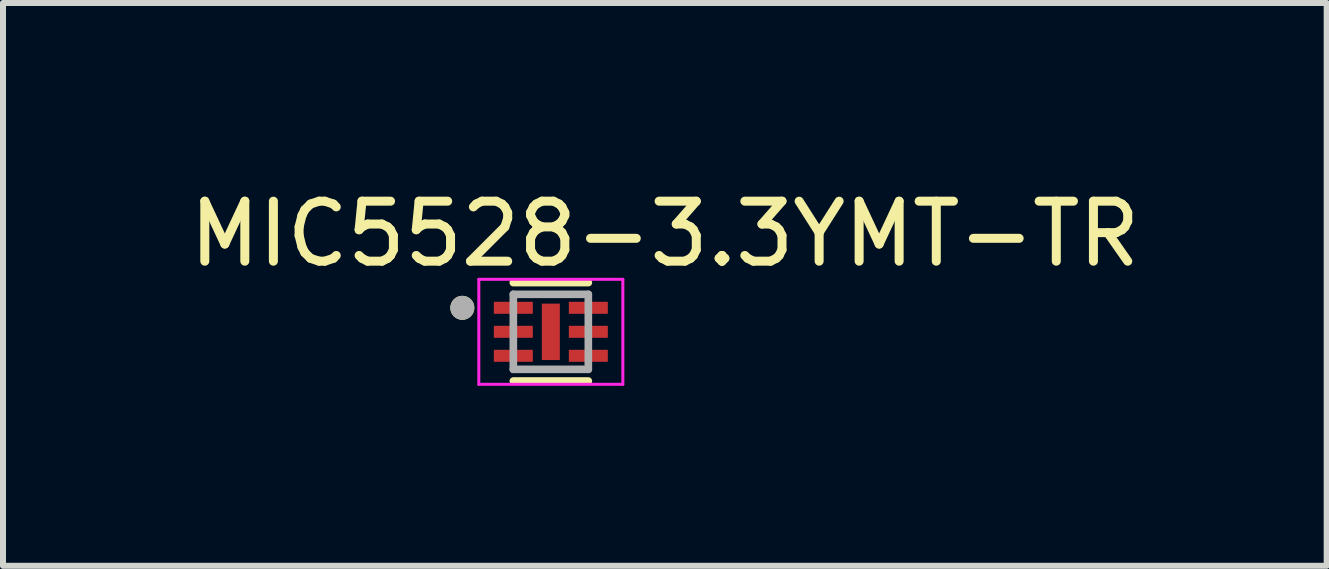
<source format=kicad_pcb>
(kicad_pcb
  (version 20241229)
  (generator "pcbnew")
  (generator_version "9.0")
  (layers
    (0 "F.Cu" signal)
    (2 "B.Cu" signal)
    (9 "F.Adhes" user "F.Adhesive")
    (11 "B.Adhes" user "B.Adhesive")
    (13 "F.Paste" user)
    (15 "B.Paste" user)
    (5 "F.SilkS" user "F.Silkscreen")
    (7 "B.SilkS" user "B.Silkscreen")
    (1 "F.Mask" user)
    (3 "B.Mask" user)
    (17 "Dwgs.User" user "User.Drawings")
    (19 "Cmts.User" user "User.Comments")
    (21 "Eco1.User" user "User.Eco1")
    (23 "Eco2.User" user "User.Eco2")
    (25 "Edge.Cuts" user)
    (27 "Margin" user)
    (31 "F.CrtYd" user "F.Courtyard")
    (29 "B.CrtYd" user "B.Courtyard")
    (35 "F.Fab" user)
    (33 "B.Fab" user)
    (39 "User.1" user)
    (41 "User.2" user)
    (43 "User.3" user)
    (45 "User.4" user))
  (footprint "MIC5528-3.3YMT-TR"
    (layer "F.Cu")
    (at 6.13 2.48)
    (property "Reference" "MIC5528-3.3YMT-TR" (at 1.9 -1.632 0) (layer "F.SilkS") (effects (font (size 1 1) (thickness 0.15))))
    (attr smd)
    (fp_line (start -0.625 -0.82) (end 0.625 -0.82) (stroke (width 0.127) (type solid)) (layer "F.SilkS"))
    (fp_line (start -0.625 0.82) (end 0.625 0.82) (stroke (width 0.127) (type solid)) (layer "F.SilkS"))
    (fp_circle (center -1.475 -0.4) (end -1.375 -0.4) (stroke (width 0.2) (type solid)) (fill no) (layer "F.SilkS"))
    (fp_poly (pts (xy -0.072 -0.392) (xy 0.072 -0.392) (xy 0.072 0.392) (xy -0.072 0.392)) (stroke (width 0.01) (type solid)) (fill yes) (layer "F.Paste"))
    (fp_line (start -1.2 -0.875) (end -1.2 0.875) (stroke (width 0.05) (type solid)) (layer "F.CrtYd"))
    (fp_line (start -1.2 -0.875) (end 1.2 -0.875) (stroke (width 0.05) (type solid)) (layer "F.CrtYd"))
    (fp_line (start -1.2 0.875) (end 1.2 0.875) (stroke (width 0.05) (type solid)) (layer "F.CrtYd"))
    (fp_line (start 1.2 -0.875) (end 1.2 0.875) (stroke (width 0.05) (type solid)) (layer "F.CrtYd"))
    (fp_line (start -0.625 -0.625) (end -0.625 0.625) (stroke (width 0.127) (type solid)) (layer "F.Fab"))
    (fp_line (start -0.625 -0.625) (end 0.625 -0.625) (stroke (width 0.127) (type solid)) (layer "F.Fab"))
    (fp_line (start -0.625 0.625) (end 0.625 0.625) (stroke (width 0.127) (type solid)) (layer "F.Fab"))
    (fp_line (start 0.625 -0.625) (end 0.625 0.625) (stroke (width 0.127) (type solid)) (layer "F.Fab"))
    (fp_circle (center -1.475 -0.4) (end -1.375 -0.4) (stroke (width 0.2) (type solid)) (fill no) (layer "F.Fab"))
    (pad "1" smd roundrect (at -0.625 -0.4) (size 0.65 0.2) (layers "F.Cu" "F.Mask" "F.Paste") (roundrect_rratio 0.03))
    (pad "2" smd roundrect (at -0.625 0) (size 0.65 0.2) (layers "F.Cu" "F.Mask" "F.Paste") (roundrect_rratio 0.03))
    (pad "3" smd roundrect (at -0.625 0.4) (size 0.65 0.2) (layers "F.Cu" "F.Mask" "F.Paste") (roundrect_rratio 0.03))
    (pad "4" smd roundrect (at 0.625 0.4) (size 0.65 0.2) (layers "F.Cu" "F.Mask" "F.Paste") (roundrect_rratio 0.03))
    (pad "5" smd roundrect (at 0.625 0) (size 0.65 0.2) (layers "F.Cu" "F.Mask" "F.Paste") (roundrect_rratio 0.03))
    (pad "6" smd roundrect (at 0.625 -0.4) (size 0.65 0.2) (layers "F.Cu" "F.Mask" "F.Paste") (roundrect_rratio 0.03))
    (pad "7" smd rect (at 0 0) (size 0.3 0.94) (layers "F.Cu" "F.Mask")))
  (gr_rect
    (start -3 -3)
    (end 19.06 6.38)
    (stroke (width 0.1) (type default))
    (fill no)
    (layer "Edge.Cuts")))
</source>
